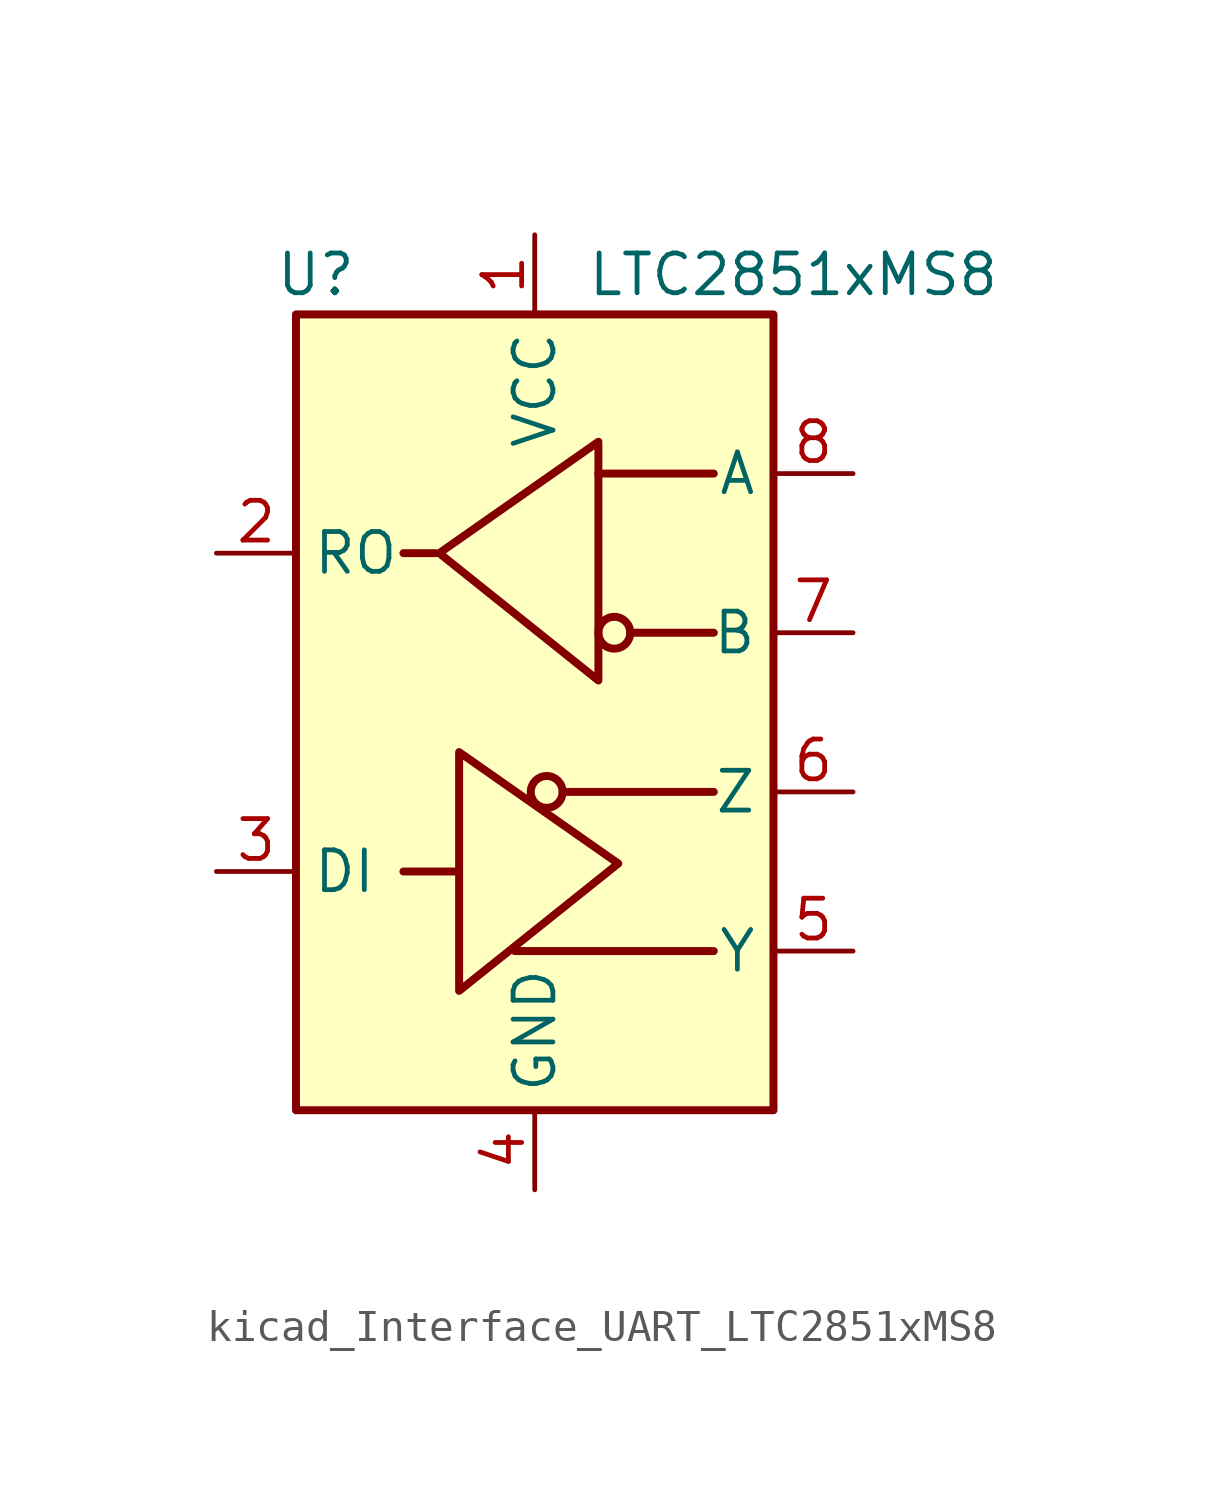
<source format=kicad_sym>
(kicad_symbol_lib
  (version 20220914)
  (generator kicad_symbol_editor)
  (symbol "kicad_Interface_UART_LTC2851xMS8"
    (property "Reference" "U"
      (at -6.985 13.97 0)
      (effects (font (size 1.27 1.27))))
    (property "Value" "LTC2851xMS8"
      (at 8.255 13.97 0)
      (effects (font (size 1.27 1.27))))
    (symbol "kicad_Interface_UART_LTC2851xMS8_0_1"
      (rectangle (start -7.62 12.7) (end 7.62 -12.7) (stroke (width 0.254) (type default)) (fill (type background))))
    (symbol "kicad_Interface_UART_LTC2851xMS8_1_1"
      (polyline (pts (xy -2.54 -5.08) (xy -4.191 -5.08)) (stroke (width 0.254) (type default)) (fill (type none)))
      (polyline (pts (xy -0.635 -7.62) (xy 5.715 -7.62)) (stroke (width 0.254) (type default)) (fill (type none)))
      (polyline (pts (xy 0.889 -2.54) (xy 5.715 -2.54)) (stroke (width 0.254) (type default)) (fill (type none)))
      (polyline (pts (xy 2.032 7.62) (xy 5.715 7.62)) (stroke (width 0.254) (type default)) (fill (type none)))
      (polyline (pts (xy 3.048 2.54) (xy 5.715 2.54)) (stroke (width 0.254) (type default)) (fill (type none)))
      (polyline (pts (xy -3.175 5.08) (xy -4.191 5.08) (xy -4.064 5.08)) (stroke (width 0.254) (type default)) (fill (type none)))
      (polyline (pts (xy -2.413 -5.08) (xy -2.413 -1.27) (xy 2.667 -4.826) (xy -2.413 -8.89) (xy -2.413 -5.08)) (stroke (width 0.254) (type default)) (fill (type none)))
      (polyline (pts (xy 2.032 4.826) (xy 2.032 8.636) (xy -3.048 5.08) (xy 2.032 1.016) (xy 2.032 4.826)) (stroke (width 0.254) (type default)) (fill (type none)))
      (circle (center 0.381 -2.54) (radius 0.508) (stroke (width 0.254) (type default)) (fill (type none)))
      (circle (center 2.54 2.54) (radius 0.508) (stroke (width 0.254) (type default)) (fill (type none)))
      (pin power_in line (at 0 15.24 270) (length 2.54) (name "VCC" (effects (font (size 1.27 1.27)))) (number "1" (effects (font (size 1.27 1.27)))))
      (pin output line (at -10.16 5.08 0) (length 2.54) (name "RO" (effects (font (size 1.27 1.27)))) (number "2" (effects (font (size 1.27 1.27)))))
      (pin input line (at -10.16 -5.08 0) (length 2.54) (name "DI" (effects (font (size 1.27 1.27)))) (number "3" (effects (font (size 1.27 1.27)))))
      (pin power_in line (at 0 -15.24 90) (length 2.54) (name "GND" (effects (font (size 1.27 1.27)))) (number "4" (effects (font (size 1.27 1.27)))))
      (pin output line (at 10.16 -7.62 180) (length 2.54) (name "Y" (effects (font (size 1.27 1.27)))) (number "5" (effects (font (size 1.27 1.27)))))
      (pin output line (at 10.16 -2.54 180) (length 2.54) (name "Z" (effects (font (size 1.27 1.27)))) (number "6" (effects (font (size 1.27 1.27)))))
      (pin input line (at 10.16 2.54 180) (length 2.54) (name "B" (effects (font (size 1.27 1.27)))) (number "7" (effects (font (size 1.27 1.27)))))
      (pin input line (at 10.16 7.62 180) (length 2.54) (name "A" (effects (font (size 1.27 1.27)))) (number "8" (effects (font (size 1.27 1.27))))))))
</source>
